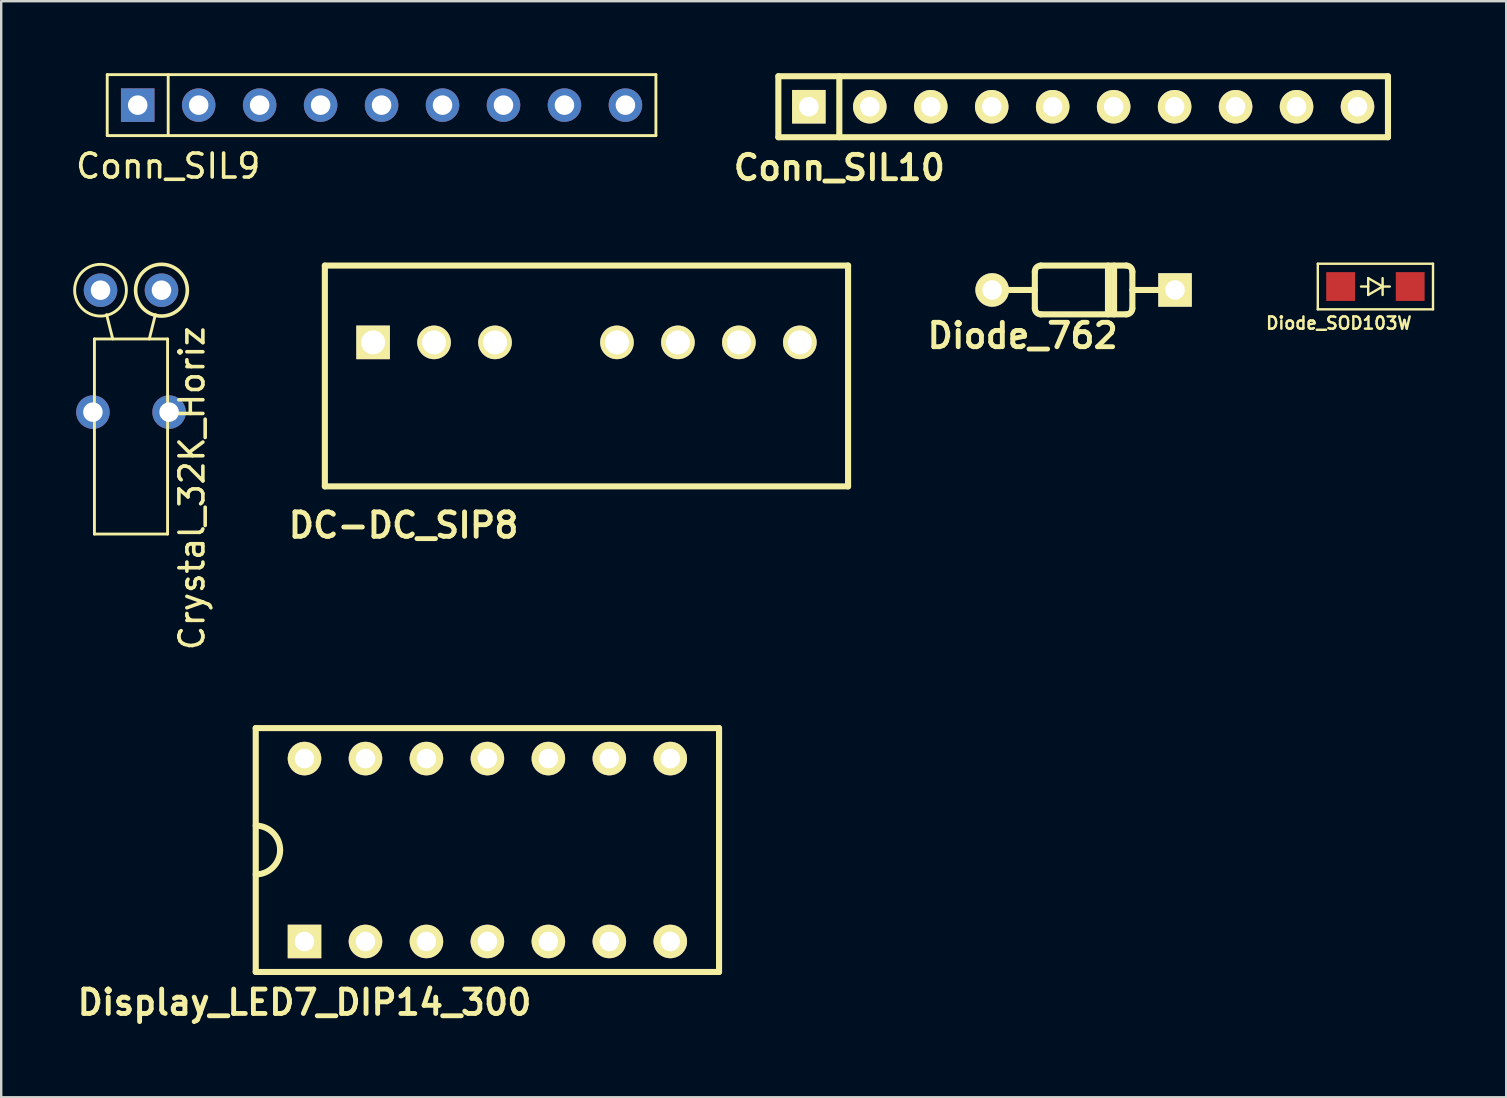
<source format=kicad_pcb>
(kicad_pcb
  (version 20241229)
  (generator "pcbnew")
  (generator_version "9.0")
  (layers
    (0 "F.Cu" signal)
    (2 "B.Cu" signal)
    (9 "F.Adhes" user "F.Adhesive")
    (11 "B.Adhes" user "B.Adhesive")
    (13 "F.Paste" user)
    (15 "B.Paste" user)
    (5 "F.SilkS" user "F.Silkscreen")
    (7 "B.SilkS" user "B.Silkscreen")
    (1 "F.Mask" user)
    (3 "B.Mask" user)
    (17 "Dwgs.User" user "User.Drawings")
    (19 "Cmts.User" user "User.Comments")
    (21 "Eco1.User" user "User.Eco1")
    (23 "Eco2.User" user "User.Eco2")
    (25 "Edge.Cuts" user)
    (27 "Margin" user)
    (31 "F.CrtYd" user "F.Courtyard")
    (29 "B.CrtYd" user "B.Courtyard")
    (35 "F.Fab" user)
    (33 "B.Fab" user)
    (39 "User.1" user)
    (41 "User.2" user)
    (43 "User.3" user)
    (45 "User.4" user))
  (footprint "Crystal_32K_Horiz"
    (layer "F.Cu")
    (at 2.408 9.041)
    (property "Reference" "Crystal_32K_Horiz" (at 2.54 8.255 90) (layer "F.SilkS") (effects (font (size 1 1) (thickness 0.15))))
    (attr through_hole)
    (fp_line (start -1.524 2.032) (end -1.524 10.16) (stroke (width 0.12) (type solid)) (layer "F.SilkS"))
    (fp_line (start -1.524 10.16) (end 1.524 10.16) (stroke (width 0.12) (type solid)) (layer "F.SilkS"))
    (fp_line (start -0.762 2.032) (end -1.016 1.016) (stroke (width 0.12) (type solid)) (layer "F.SilkS"))
    (fp_line (start 0.762 2.032) (end 1.016 1.016) (stroke (width 0.12) (type solid)) (layer "F.SilkS"))
    (fp_line (start 1.524 2.032) (end -1.524 2.032) (stroke (width 0.12) (type solid)) (layer "F.SilkS"))
    (fp_line (start 1.524 10.16) (end 1.524 2.032) (stroke (width 0.12) (type solid)) (layer "F.SilkS"))
    (fp_circle (center -1.27 0) (end -0.192 0) (stroke (width 0.12) (type solid)) (fill no) (layer "F.SilkS"))
    (fp_circle (center 1.27 0) (end 2.348 0) (stroke (width 0.15) (type solid)) (fill no) (layer "F.SilkS"))
    (pad "1" thru_hole circle (at -1.27 0) (size 1.397 1.397) (drill 0.813) (layers "*.Cu" "*.Mask"))
    (pad "2" thru_hole circle (at 1.27 0) (size 1.397 1.397) (drill 0.813) (layers "*.Cu" "*.Mask"))
    (pad "3" thru_hole circle (at -1.587 5.08) (size 1.397 1.397) (drill 0.813) (layers "*.Cu" "*.Mask"))
    (pad "3" thru_hole circle (at 1.587 5.08) (size 1.397 1.397) (drill 0.813) (layers "*.Cu" "*.Mask")))
  (footprint "Display_LED7_DIP14_300"
    (layer "F.Cu")
    (at 17.257 32.366)
    (property "Reference" "Display_LED7_DIP14_300" (at -7.62 6.35 0) (layer "F.SilkS") (effects (font (size 1.016 1.016) (thickness 0.203))))
    (attr through_hole)
    (fp_line (start -9.652 -5.08) (end -9.652 5.08) (stroke (width 0.254) (type solid)) (layer "F.SilkS"))
    (fp_line (start -9.652 5.08) (end 9.652 5.08) (stroke (width 0.254) (type solid)) (layer "F.SilkS"))
    (fp_line (start 9.652 -5.08) (end -9.652 -5.08) (stroke (width 0.254) (type solid)) (layer "F.SilkS"))
    (fp_line (start 9.652 5.08) (end 9.652 -5.08) (stroke (width 0.254) (type solid)) (layer "F.SilkS"))
    (fp_arc (start -9.652 -1.016) (mid -8.93358 -0.71842) (end -8.636 0) (stroke (width 0.254) (type solid)) (layer "F.SilkS"))
    (fp_arc (start -8.636 0) (mid -8.93358 0.71842) (end -9.652 1.016) (stroke (width 0.254) (type solid)) (layer "F.SilkS"))
    (pad "1" thru_hole rect (at -7.62 3.81) (size 1.397 1.397) (drill 0.813) (layers "*.Cu" "*.Mask" "F.SilkS"))
    (pad "2" thru_hole circle (at -5.08 3.81) (size 1.397 1.397) (drill 0.813) (layers "*.Cu" "*.Mask" "F.SilkS"))
    (pad "3" thru_hole circle (at -2.54 3.81) (size 1.397 1.397) (drill 0.813) (layers "*.Cu" "*.Mask" "F.SilkS"))
    (pad "4" thru_hole circle (at 0 3.81) (size 1.397 1.397) (drill 0.813) (layers "*.Cu" "*.Mask" "F.SilkS"))
    (pad "5" thru_hole circle (at 2.54 3.81) (size 1.397 1.397) (drill 0.813) (layers "*.Cu" "*.Mask" "F.SilkS"))
    (pad "6" thru_hole circle (at 5.08 3.81) (size 1.397 1.397) (drill 0.813) (layers "*.Cu" "*.Mask" "F.SilkS"))
    (pad "7" thru_hole circle (at 7.62 3.81) (size 1.397 1.397) (drill 0.813) (layers "*.Cu" "*.Mask" "F.SilkS"))
    (pad "8" thru_hole circle (at 7.62 -3.81) (size 1.397 1.397) (drill 0.813) (layers "*.Cu" "*.Mask" "F.SilkS"))
    (pad "9" thru_hole circle (at 5.08 -3.81) (size 1.397 1.397) (drill 0.813) (layers "*.Cu" "*.Mask" "F.SilkS"))
    (pad "10" thru_hole circle (at 2.54 -3.81) (size 1.397 1.397) (drill 0.813) (layers "*.Cu" "*.Mask" "F.SilkS"))
    (pad "11" thru_hole circle (at 0 -3.81) (size 1.397 1.397) (drill 0.813) (layers "*.Cu" "*.Mask" "F.SilkS"))
    (pad "12" thru_hole circle (at -2.54 -3.81) (size 1.397 1.397) (drill 0.813) (layers "*.Cu" "*.Mask" "F.SilkS"))
    (pad "13" thru_hole circle (at -5.08 -3.81) (size 1.397 1.397) (drill 0.813) (layers "*.Cu" "*.Mask" "F.SilkS"))
    (pad "14" thru_hole circle (at -7.62 -3.81) (size 1.397 1.397) (drill 0.813) (layers "*.Cu" "*.Mask" "F.SilkS")))
  (footprint "Conn_SIL9"
    (layer "F.Cu")
    (at 12.848 1.33)
    (property "Reference" "Conn_SIL9" (at -8.89 2.54 0) (layer "F.SilkS") (effects (font (size 1 1) (thickness 0.15))))
    (attr through_hole)
    (fp_line (start -11.43 -1.27) (end 11.43 -1.27) (stroke (width 0.12) (type solid)) (layer "F.SilkS"))
    (fp_line (start -11.43 1.27) (end -11.43 -1.27) (stroke (width 0.12) (type solid)) (layer "F.SilkS"))
    (fp_line (start -8.89 1.27) (end -8.89 -1.27) (stroke (width 0.12) (type solid)) (layer "F.SilkS"))
    (fp_line (start 11.43 -1.27) (end 11.43 1.27) (stroke (width 0.12) (type solid)) (layer "F.SilkS"))
    (fp_line (start 11.43 1.27) (end -11.43 1.27) (stroke (width 0.12) (type solid)) (layer "F.SilkS"))
    (pad "1" thru_hole rect (at -10.16 0) (size 1.397 1.397) (drill 0.813) (layers "*.Cu" "*.Mask"))
    (pad "2" thru_hole circle (at -7.62 0) (size 1.397 1.397) (drill 0.813) (layers "*.Cu" "*.Mask"))
    (pad "3" thru_hole circle (at -5.08 0) (size 1.397 1.397) (drill 0.813) (layers "*.Cu" "*.Mask"))
    (pad "4" thru_hole circle (at -2.54 0) (size 1.397 1.397) (drill 0.813) (layers "*.Cu" "*.Mask"))
    (pad "5" thru_hole circle (at 0 0) (size 1.397 1.397) (drill 0.813) (layers "*.Cu" "*.Mask"))
    (pad "6" thru_hole circle (at 2.54 0) (size 1.397 1.397) (drill 0.813) (layers "*.Cu" "*.Mask"))
    (pad "7" thru_hole circle (at 5.08 0) (size 1.397 1.397) (drill 0.813) (layers "*.Cu" "*.Mask"))
    (pad "8" thru_hole circle (at 7.62 0) (size 1.397 1.397) (drill 0.813) (layers "*.Cu" "*.Mask"))
    (pad "9" thru_hole circle (at 10.16 0) (size 1.397 1.397) (drill 0.813) (layers "*.Cu" "*.Mask")))
  (footprint "Conn_SIL10"
    (layer "F.Cu")
    (at 42.08 1.397)
    (property "Reference" "Conn_SIL10" (at -10.16 2.54 0) (layer "F.SilkS") (effects (font (size 1.016 1.016) (thickness 0.203))))
    (attr through_hole)
    (fp_line (start -12.7 -1.27) (end 12.7 -1.27) (stroke (width 0.254) (type solid)) (layer "F.SilkS"))
    (fp_line (start -12.7 1.27) (end -12.7 -1.27) (stroke (width 0.254) (type solid)) (layer "F.SilkS"))
    (fp_line (start -10.16 1.27) (end -10.16 -1.27) (stroke (width 0.254) (type solid)) (layer "F.SilkS"))
    (fp_line (start 12.7 -1.27) (end 12.7 1.27) (stroke (width 0.254) (type solid)) (layer "F.SilkS"))
    (fp_line (start 12.7 1.27) (end -12.7 1.27) (stroke (width 0.254) (type solid)) (layer "F.SilkS"))
    (pad "1" thru_hole rect (at -11.43 0) (size 1.397 1.397) (drill 0.813) (layers "*.Cu" "*.Mask" "F.SilkS"))
    (pad "2" thru_hole circle (at -8.89 0) (size 1.397 1.397) (drill 0.813) (layers "*.Cu" "*.Mask" "F.SilkS"))
    (pad "3" thru_hole circle (at -6.35 0) (size 1.397 1.397) (drill 0.813) (layers "*.Cu" "*.Mask" "F.SilkS"))
    (pad "4" thru_hole circle (at -3.81 0) (size 1.397 1.397) (drill 0.813) (layers "*.Cu" "*.Mask" "F.SilkS"))
    (pad "5" thru_hole circle (at -1.27 0) (size 1.397 1.397) (drill 0.813) (layers "*.Cu" "*.Mask" "F.SilkS"))
    (pad "6" thru_hole circle (at 1.27 0) (size 1.397 1.397) (drill 0.813) (layers "*.Cu" "*.Mask" "F.SilkS"))
    (pad "7" thru_hole circle (at 3.81 0) (size 1.397 1.397) (drill 0.813) (layers "*.Cu" "*.Mask" "F.SilkS"))
    (pad "8" thru_hole circle (at 6.35 0) (size 1.397 1.397) (drill 0.813) (layers "*.Cu" "*.Mask" "F.SilkS"))
    (pad "9" thru_hole circle (at 8.89 0) (size 1.397 1.397) (drill 0.813) (layers "*.Cu" "*.Mask" "F.SilkS"))
    (pad "10" thru_hole circle (at 11.43 0) (size 1.397 1.397) (drill 0.813) (layers "*.Cu" "*.Mask" "F.SilkS")))
  (footprint "DC-DC_SIP8"
    (layer "F.Cu")
    (at 21.385 11.215)
    (property "Reference" "DC-DC_SIP8" (at -7.62 7.62 180) (layer "F.SilkS") (effects (font (size 1.016 1.016) (thickness 0.203))))
    (attr through_hole)
    (fp_line (start -10.9 -3.2) (end 10.9 -3.2) (stroke (width 0.254) (type solid)) (layer "F.SilkS"))
    (fp_line (start -10.9 6) (end -10.9 -3.2) (stroke (width 0.254) (type solid)) (layer "F.SilkS"))
    (fp_line (start 10.9 -3.2) (end 10.9 6) (stroke (width 0.254) (type solid)) (layer "F.SilkS"))
    (fp_line (start 10.9 6) (end -10.9 6) (stroke (width 0.254) (type solid)) (layer "F.SilkS"))
    (pad "1" thru_hole rect (at -8.89 0) (size 1.4 1.4) (drill 1) (layers "*.Cu" "*.Mask" "F.SilkS"))
    (pad "2" thru_hole circle (at -6.35 0) (size 1.4 1.4) (drill 1) (layers "*.Cu" "*.Mask" "F.SilkS"))
    (pad "3" thru_hole circle (at -3.81 0) (size 1.4 1.4) (drill 1) (layers "*.Cu" "*.Mask" "F.SilkS"))
    (pad "5" thru_hole circle (at 1.27 0) (size 1.4 1.4) (drill 1) (layers "*.Cu" "*.Mask" "F.SilkS"))
    (pad "6" thru_hole circle (at 3.81 0) (size 1.4 1.4) (drill 1) (layers "*.Cu" "*.Mask" "F.SilkS"))
    (pad "7" thru_hole circle (at 6.35 0) (size 1.4 1.4) (drill 1) (layers "*.Cu" "*.Mask" "F.SilkS"))
    (pad "8" thru_hole circle (at 8.89 0) (size 1.4 1.4) (drill 1) (layers "*.Cu" "*.Mask" "F.SilkS")))
  (footprint "Diode_SOD103W"
    (layer "F.Cu")
    (at 54.256 8.888)
    (property "Reference" "Diode_SOD103W" (at -1.524 1.524 0) (layer "F.SilkS") (effects (font (size 0.508 0.508) (thickness 0.102))))
    (attr through_hole)
    (fp_line (start -2.4 -0.95) (end 2.4 -0.95) (stroke (width 0.1) (type solid)) (layer "F.SilkS"))
    (fp_line (start -2.4 0.95) (end -2.4 -0.95) (stroke (width 0.1) (type solid)) (layer "F.SilkS"))
    (fp_line (start -0.3 -0.35) (end -0.3 0.35) (stroke (width 0.1) (type solid)) (layer "F.SilkS"))
    (fp_line (start -0.3 0) (end -0.6 0) (stroke (width 0.1) (type solid)) (layer "F.SilkS"))
    (fp_line (start -0.3 0.35) (end 0.3 0) (stroke (width 0.1) (type solid)) (layer "F.SilkS"))
    (fp_line (start 0.3 -0.35) (end 0.3 0.35) (stroke (width 0.1) (type solid)) (layer "F.SilkS"))
    (fp_line (start 0.3 0) (end -0.3 -0.35) (stroke (width 0.1) (type solid)) (layer "F.SilkS"))
    (fp_line (start 0.3 0) (end 0.6 0) (stroke (width 0.1) (type solid)) (layer "F.SilkS"))
    (fp_line (start 2.4 -0.95) (end 2.4 0.95) (stroke (width 0.1) (type solid)) (layer "F.SilkS"))
    (fp_line (start 2.4 0.95) (end -2.4 0.95) (stroke (width 0.1) (type solid)) (layer "F.SilkS"))
    (pad "1" smd rect (at -1.45 0) (size 1.2 1.2) (layers "F.Cu" "F.Mask" "F.Paste"))
    (pad "2" smd rect (at 1.45 0) (size 1.2 1.2) (layers "F.Cu" "F.Mask" "F.Paste")))
  (footprint "Diode_762"
    (layer "F.Cu")
    (at 42.098 9.031)
    (property "Reference" "Diode_762" (at -2.54 1.905 0) (layer "F.SilkS") (effects (font (size 1.016 1.016) (thickness 0.203))))
    (attr through_hole)
    (fp_line (start -3.556 0) (end -2.032 0) (stroke (width 0.254) (type solid)) (layer "F.SilkS"))
    (fp_line (start -2.032 0.762) (end -2.032 -0.762) (stroke (width 0.254) (type solid)) (layer "F.SilkS"))
    (fp_line (start -1.778 -1.016) (end 1.778 -1.016) (stroke (width 0.254) (type solid)) (layer "F.SilkS"))
    (fp_line (start 1.016 1.016) (end 1.016 -1.016) (stroke (width 0.254) (type solid)) (layer "F.SilkS"))
    (fp_line (start 1.27 1.016) (end 1.27 -1.016) (stroke (width 0.254) (type solid)) (layer "F.SilkS"))
    (fp_line (start 1.778 1.016) (end -1.778 1.016) (stroke (width 0.254) (type solid)) (layer "F.SilkS"))
    (fp_line (start 2.032 -0.762) (end 2.032 0.762) (stroke (width 0.254) (type solid)) (layer "F.SilkS"))
    (fp_line (start 2.032 0) (end 3.81 0) (stroke (width 0.254) (type solid)) (layer "F.SilkS"))
    (fp_arc (start -2.032 -0.762) (mid -1.957605 -0.941605) (end -1.778 -1.016) (stroke (width 0.254) (type solid)) (layer "F.SilkS"))
    (fp_arc (start -1.778 1.016) (mid -1.957605 0.941605) (end -2.032 0.762) (stroke (width 0.254) (type solid)) (layer "F.SilkS"))
    (fp_arc (start 1.778 -1.016) (mid 1.957605 -0.941605) (end 2.032 -0.762) (stroke (width 0.254) (type solid)) (layer "F.SilkS"))
    (fp_arc (start 2.032 0.762) (mid 1.957605 0.941605) (end 1.778 1.016) (stroke (width 0.254) (type solid)) (layer "F.SilkS"))
    (pad "1" thru_hole rect (at 3.81 0) (size 1.397 1.397) (drill 0.813) (layers "*.Cu" "*.Mask" "F.SilkS"))
    (pad "2" thru_hole circle (at -3.81 0) (size 1.397 1.397) (drill 0.813) (layers "*.Cu" "*.Mask" "F.SilkS")))
  (gr_rect
    (start -3 -3)
    (end 59.706 42.667)
    (stroke (width 0.1) (type default))
    (fill no)
    (layer "Edge.Cuts")))
</source>
